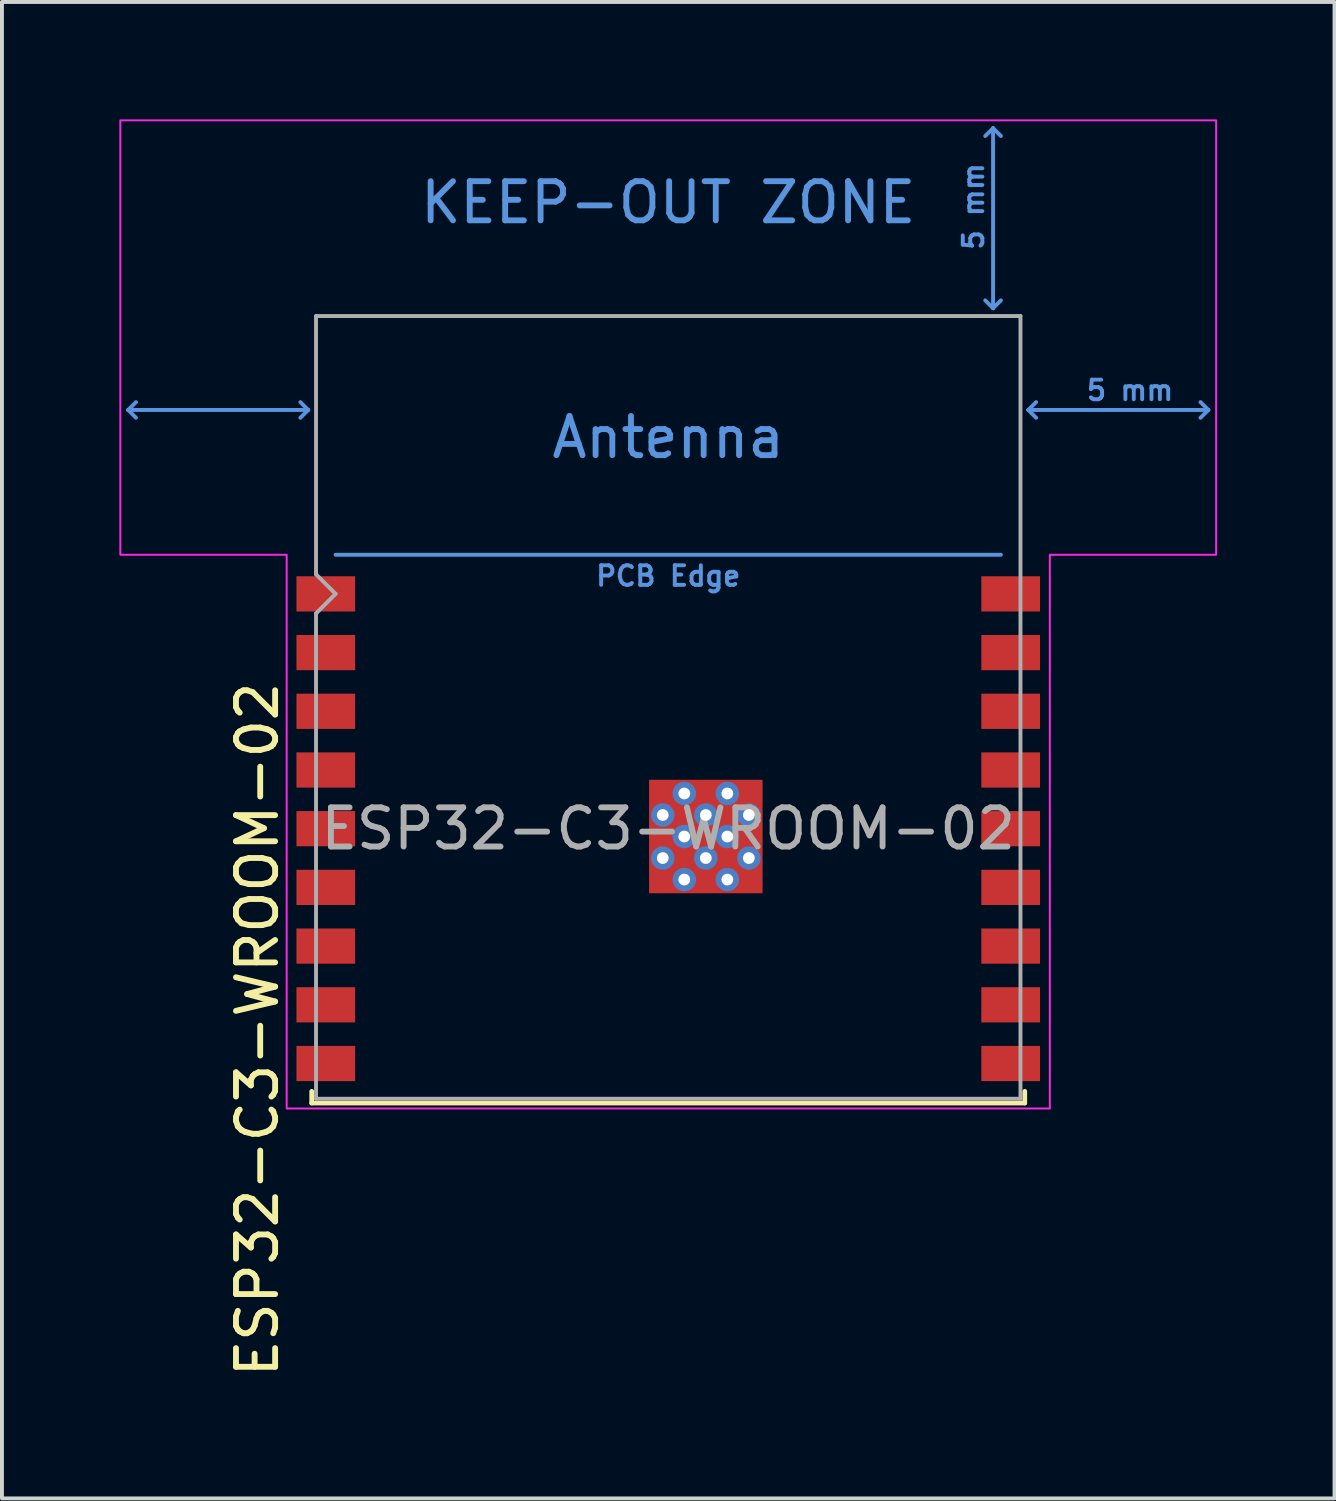
<source format=kicad_pcb>
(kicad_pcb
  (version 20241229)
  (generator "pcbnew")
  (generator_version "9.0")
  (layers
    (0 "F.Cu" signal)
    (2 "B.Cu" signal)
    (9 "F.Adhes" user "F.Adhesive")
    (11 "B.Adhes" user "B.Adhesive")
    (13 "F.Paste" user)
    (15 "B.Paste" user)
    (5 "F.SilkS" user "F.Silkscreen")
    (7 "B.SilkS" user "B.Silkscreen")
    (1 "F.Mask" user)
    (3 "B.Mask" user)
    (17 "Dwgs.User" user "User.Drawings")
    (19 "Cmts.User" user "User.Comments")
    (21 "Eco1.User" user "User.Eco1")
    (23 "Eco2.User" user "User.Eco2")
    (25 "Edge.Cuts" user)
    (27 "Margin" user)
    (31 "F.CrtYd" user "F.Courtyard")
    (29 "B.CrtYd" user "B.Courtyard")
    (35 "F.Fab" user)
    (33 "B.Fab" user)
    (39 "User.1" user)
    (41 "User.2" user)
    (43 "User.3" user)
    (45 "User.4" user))
  (footprint "ESP32-C3-WROOM-02"
    (layer "F.Cu")
    (at 14.025 18.125)
    (property "Reference" "ESP32-C3-WROOM-02" (at -10.5 5.13 90) (layer "F.SilkS") (effects (font (size 1 1) (thickness 0.15))))
    (attr smd)
    (fp_line (start -9.11 6.71) (end -9.11 7.01) (stroke (width 0.12) (type solid)) (layer "F.SilkS"))
    (fp_line (start -9.11 7.01) (end 9.11 7.01) (stroke (width 0.12) (type solid)) (layer "F.SilkS"))
    (fp_line (start 9.11 6.71) (end 9.11 7.01) (stroke (width 0.12) (type solid)) (layer "F.SilkS"))
    (fp_line (start -13.8 -10.7) (end -13.6 -10.9) (stroke (width 0.1) (type solid)) (layer "Cmts.User"))
    (fp_line (start -13.8 -10.7) (end -13.6 -10.5) (stroke (width 0.1) (type solid)) (layer "Cmts.User"))
    (fp_line (start -13.8 -10.7) (end -9.2 -10.7) (stroke (width 0.1) (type solid)) (layer "Cmts.User"))
    (fp_line (start -9.2 -10.7) (end -9.4 -10.9) (stroke (width 0.1) (type solid)) (layer "Cmts.User"))
    (fp_line (start -9.2 -10.7) (end -9.4 -10.5) (stroke (width 0.1) (type solid)) (layer "Cmts.User"))
    (fp_line (start -8.5 -7) (end 8.5 -7) (stroke (width 0.1) (type default)) (layer "Cmts.User"))
    (fp_line (start 8.3 -17.9) (end 8.1 -17.7) (stroke (width 0.1) (type solid)) (layer "Cmts.User"))
    (fp_line (start 8.3 -17.9) (end 8.5 -17.7) (stroke (width 0.1) (type solid)) (layer "Cmts.User"))
    (fp_line (start 8.3 -13.3) (end 8.1 -13.5) (stroke (width 0.1) (type solid)) (layer "Cmts.User"))
    (fp_line (start 8.3 -13.3) (end 8.3 -17.9) (stroke (width 0.1) (type solid)) (layer "Cmts.User"))
    (fp_line (start 8.3 -13.3) (end 8.5 -13.5) (stroke (width 0.1) (type solid)) (layer "Cmts.User"))
    (fp_line (start 9.2 -10.7) (end 9.4 -10.9) (stroke (width 0.1) (type solid)) (layer "Cmts.User"))
    (fp_line (start 9.2 -10.7) (end 9.4 -10.5) (stroke (width 0.1) (type solid)) (layer "Cmts.User"))
    (fp_line (start 9.2 -10.7) (end 13.8 -10.7) (stroke (width 0.1) (type solid)) (layer "Cmts.User"))
    (fp_line (start 13.8 -10.7) (end 13.6 -10.9) (stroke (width 0.1) (type solid)) (layer "Cmts.User"))
    (fp_line (start 13.8 -10.7) (end 13.6 -10.5) (stroke (width 0.1) (type solid)) (layer "Cmts.User"))
    (fp_poly (pts (xy -14 -7) (xy -14 -18.1) (xy 14 -18.1) (xy 14 -7) (xy 9.75 -7) (xy 9.75 7.15) (xy -9.75 7.15) (xy -9.75 -7)) (stroke (width 0.05) (type solid)) (fill no) (layer "F.CrtYd"))
    (fp_line (start -9 -13.1) (end -9 -6.5) (stroke (width 0.1) (type solid)) (layer "F.Fab"))
    (fp_line (start -9 -13.1) (end 9 -13.1) (stroke (width 0.1) (type solid)) (layer "F.Fab"))
    (fp_line (start -9 -6.5) (end -8.5 -6) (stroke (width 0.1) (type solid)) (layer "F.Fab"))
    (fp_line (start -9 -5.5) (end -9 6.9) (stroke (width 0.1) (type solid)) (layer "F.Fab"))
    (fp_line (start -9 6.9) (end 9 6.9) (stroke (width 0.1) (type solid)) (layer "F.Fab"))
    (fp_line (start -8.5 -6) (end -9 -5.5) (stroke (width 0.1) (type solid)) (layer "F.Fab"))
    (fp_line (start 9 6.9) (end 9 -13.1) (stroke (width 0.1) (type solid)) (layer "F.Fab"))
    (fp_text user "5 mm" (at 7.8 -15.9 90) (layer "Cmts.User") (effects (font (size 0.5 0.5) (thickness 0.1))))
    (fp_text user "5 mm" (at 11.8 -11.2 0) (layer "Cmts.User") (effects (font (size 0.5 0.5) (thickness 0.1))))
    (fp_text user "KEEP-OUT ZONE" (at 0 -16 0) (layer "Cmts.User") (effects (font (size 1 1) (thickness 0.15))))
    (fp_text user "Antenna" (at 0 -10 0) (layer "Cmts.User") (effects (font (size 1 1) (thickness 0.15))))
    (fp_text user "PCB Edge" (at 0 -6.75 0) (layer "Cmts.User") (effects (font (size 0.5 0.5) (thickness 0.1) (bold yes)) (justify top)))
    (fp_text user "${REFERENCE}" (at 0 0 0) (layer "F.Fab") (effects (font (size 1 1) (thickness 0.15))))
    (pad "" smd rect (at -0.14 -0.9) (size 0.7 0.7) (layers "F.Paste"))
    (pad "" smd rect (at -0.14 0.2) (size 0.7 0.7) (layers "F.Paste"))
    (pad "" smd rect (at -0.14 1.3) (size 0.7 0.7) (layers "F.Paste"))
    (pad "" smd rect (at 0.96 -0.9) (size 0.7 0.7) (layers "F.Paste"))
    (pad "" smd rect (at 0.96 0.2) (size 0.7 0.7) (layers "F.Paste"))
    (pad "" smd rect (at 0.96 1.3) (size 0.7 0.7) (layers "F.Paste"))
    (pad "" smd rect (at 2.06 -0.9) (size 0.7 0.7) (layers "F.Paste"))
    (pad "" smd rect (at 2.06 0.2) (size 0.7 0.7) (layers "F.Paste"))
    (pad "" smd rect (at 2.06 1.3) (size 0.7 0.7) (layers "F.Paste"))
    (pad "1" smd rect (at -8.75 -6) (size 1.5 0.9) (layers "F.Cu" "F.Mask" "F.Paste"))
    (pad "2" smd rect (at -8.75 -4.5) (size 1.5 0.9) (layers "F.Cu" "F.Mask" "F.Paste"))
    (pad "3" smd rect (at -8.75 -3) (size 1.5 0.9) (layers "F.Cu" "F.Mask" "F.Paste"))
    (pad "4" smd rect (at -8.75 -1.5) (size 1.5 0.9) (layers "F.Cu" "F.Mask" "F.Paste"))
    (pad "5" smd rect (at -8.75 0) (size 1.5 0.9) (layers "F.Cu" "F.Mask" "F.Paste"))
    (pad "6" smd rect (at -8.75 1.5) (size 1.5 0.9) (layers "F.Cu" "F.Mask" "F.Paste"))
    (pad "7" smd rect (at -8.75 3) (size 1.5 0.9) (layers "F.Cu" "F.Mask" "F.Paste"))
    (pad "8" smd rect (at -8.75 4.5) (size 1.5 0.9) (layers "F.Cu" "F.Mask" "F.Paste"))
    (pad "9" smd rect (at -8.75 6) (size 1.5 0.9) (layers "F.Cu" "F.Mask" "F.Paste"))
    (pad "10" smd rect (at 8.75 6) (size 1.5 0.9) (layers "F.Cu" "F.Mask" "F.Paste"))
    (pad "11" smd rect (at 8.75 4.5) (size 1.5 0.9) (layers "F.Cu" "F.Mask" "F.Paste"))
    (pad "12" smd rect (at 8.75 3) (size 1.5 0.9) (layers "F.Cu" "F.Mask" "F.Paste"))
    (pad "13" smd rect (at 8.75 1.5) (size 1.5 0.9) (layers "F.Cu" "F.Mask" "F.Paste"))
    (pad "14" smd rect (at 8.75 0) (size 1.5 0.9) (layers "F.Cu" "F.Mask" "F.Paste"))
    (pad "15" smd rect (at 8.75 -1.5) (size 1.5 0.9) (layers "F.Cu" "F.Mask" "F.Paste"))
    (pad "16" smd rect (at 8.75 -3) (size 1.5 0.9) (layers "F.Cu" "F.Mask" "F.Paste"))
    (pad "17" smd rect (at 8.75 -4.5) (size 1.5 0.9) (layers "F.Cu" "F.Mask" "F.Paste"))
    (pad "18" smd rect (at 8.75 -6) (size 1.5 0.9) (layers "F.Cu" "F.Mask" "F.Paste"))
    (pad "19" thru_hole circle (at -0.14 -0.35) (size 0.6 0.6) (drill 0.3) (property pad_prop_heatsink) (layers "*.Cu" "F.Mask"))
    (pad "19" thru_hole circle (at -0.14 0.75) (size 0.6 0.6) (drill 0.3) (property pad_prop_heatsink) (layers "*.Cu" "F.Mask"))
    (pad "19" thru_hole circle (at 0.41 -0.9) (size 0.6 0.6) (drill 0.3) (property pad_prop_heatsink) (layers "*.Cu" "F.Mask"))
    (pad "19" thru_hole circle (at 0.41 0.2) (size 0.6 0.6) (drill 0.3) (property pad_prop_heatsink) (layers "*.Cu" "F.Mask"))
    (pad "19" thru_hole circle (at 0.41 1.3) (size 0.6 0.6) (drill 0.3) (property pad_prop_heatsink) (layers "*.Cu" "F.Mask"))
    (pad "19" thru_hole circle (at 0.96 -0.35) (size 0.6 0.6) (drill 0.3) (property pad_prop_heatsink) (layers "*.Cu" "F.Mask"))
    (pad "19" smd rect (at 0.96 0.2) (size 2.9 2.9) (property pad_prop_heatsink) (layers "F.Cu" "F.Mask"))
    (pad "19" thru_hole circle (at 0.96 0.75) (size 0.6 0.6) (drill 0.3) (property pad_prop_heatsink) (layers "*.Cu" "F.Mask"))
    (pad "19" thru_hole circle (at 1.51 -0.9) (size 0.6 0.6) (drill 0.3) (property pad_prop_heatsink) (layers "*.Cu" "F.Mask"))
    (pad "19" thru_hole circle (at 1.51 0.2) (size 0.6 0.6) (drill 0.3) (property pad_prop_heatsink) (layers "*.Cu" "F.Mask"))
    (pad "19" thru_hole circle (at 1.51 1.3) (size 0.6 0.6) (drill 0.3) (property pad_prop_heatsink) (layers "*.Cu" "F.Mask"))
    (pad "19" thru_hole circle (at 2.06 -0.35) (size 0.6 0.6) (drill 0.3) (property pad_prop_heatsink) (layers "*.Cu" "F.Mask"))
    (pad "19" thru_hole circle (at 2.06 0.75) (size 0.6 0.6) (drill 0.3) (property pad_prop_heatsink) (layers "*.Cu" "F.Mask"))
    (zone (net_name "") (layers "F.Cu" "B.Cu") (hatch full 0.508) (connect_pads) (min_thickness 0.254) (filled_areas_thickness no) (keepout (tracks not_allowed) (vias not_allowed) (pads not_allowed) (copperpour not_allowed) (footprints not_allowed)) (placement (enabled no)) (fill) (polygon (pts (xy 0.025 11.025) (xy 28.025 11.025) (xy 28.025 0.025) (xy 0.025 0.025)))))
  (gr_rect
    (start -3 -3)
    (end 31.05 35.237)
    (stroke (width 0.1) (type default))
    (fill no)
    (layer "Edge.Cuts")))
</source>
